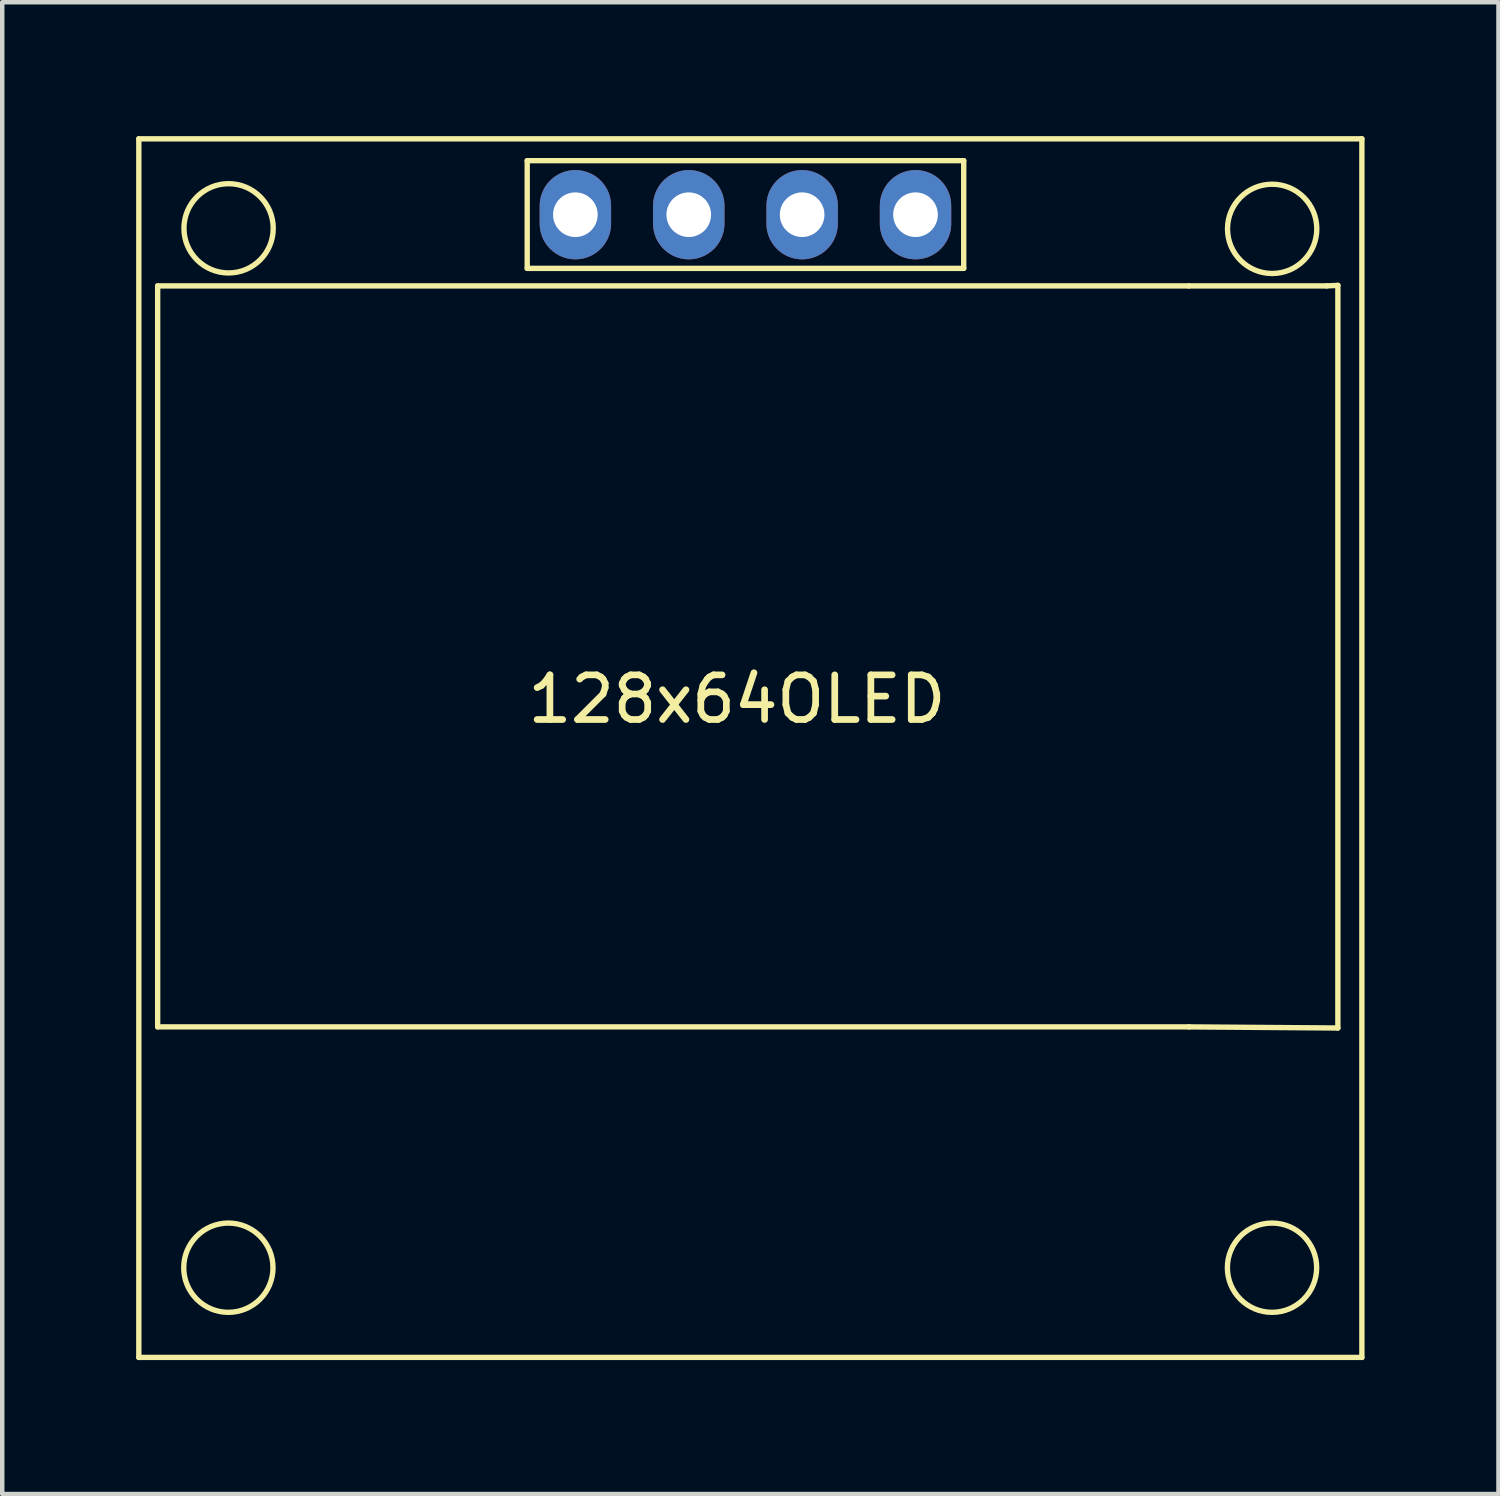
<source format=kicad_pcb>
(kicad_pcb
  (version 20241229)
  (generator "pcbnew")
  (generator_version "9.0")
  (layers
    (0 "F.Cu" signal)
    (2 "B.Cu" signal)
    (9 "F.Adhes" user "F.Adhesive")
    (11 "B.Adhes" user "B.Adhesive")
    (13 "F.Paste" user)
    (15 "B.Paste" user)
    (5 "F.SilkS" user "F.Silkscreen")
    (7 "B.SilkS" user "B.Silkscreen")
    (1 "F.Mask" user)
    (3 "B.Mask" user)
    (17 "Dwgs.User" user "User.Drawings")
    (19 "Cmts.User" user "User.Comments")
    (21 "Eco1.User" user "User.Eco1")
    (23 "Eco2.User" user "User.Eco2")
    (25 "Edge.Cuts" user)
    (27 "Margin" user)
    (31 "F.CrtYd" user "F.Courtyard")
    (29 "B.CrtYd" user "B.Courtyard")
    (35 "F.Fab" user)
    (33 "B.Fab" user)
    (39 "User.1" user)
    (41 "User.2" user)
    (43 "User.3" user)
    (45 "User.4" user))
  (footprint "128x64OLED"
    (layer "F.Cu")
    (at 13.46 12.36)
    (property "Reference" "128x64OLED" (at 0 0.254 0) (layer "F.SilkS") (effects (font (size 1 1) (thickness 0.15))))
    (attr through_hole)
    (fp_line (start -13.4 -12.3) (end 14 -12.3) (stroke (width 0.12) (type solid)) (layer "F.SilkS"))
    (fp_line (start -13.4 15) (end -13.4 -12.3) (stroke (width 0.12) (type solid)) (layer "F.SilkS"))
    (fp_line (start -12.978 -9.005) (end 10.122 -9.005) (stroke (width 0.12) (type solid)) (layer "F.SilkS"))
    (fp_line (start -12.978 7.595) (end -12.978 -9.005) (stroke (width 0.12) (type solid)) (layer "F.SilkS"))
    (fp_line (start -4.699 -11.811) (end -4.699 -9.398) (stroke (width 0.12) (type solid)) (layer "F.SilkS"))
    (fp_line (start -4.699 -11.811) (end 5.08 -11.811) (stroke (width 0.12) (type solid)) (layer "F.SilkS"))
    (fp_line (start 5.08 -11.811) (end 5.08 -9.398) (stroke (width 0.12) (type solid)) (layer "F.SilkS"))
    (fp_line (start 5.08 -9.398) (end -4.699 -9.398) (stroke (width 0.12) (type solid)) (layer "F.SilkS"))
    (fp_line (start 10.122 -9.005) (end 13.208 -9.005) (stroke (width 0.12) (type solid)) (layer "F.SilkS"))
    (fp_line (start 10.122 7.595) (end -12.978 7.595) (stroke (width 0.12) (type solid)) (layer "F.SilkS"))
    (fp_line (start 10.122 7.595) (end 13.462 7.62) (stroke (width 0.12) (type solid)) (layer "F.SilkS"))
    (fp_line (start 13.462 -9.017) (end 13.208 -9.005) (stroke (width 0.12) (type solid)) (layer "F.SilkS"))
    (fp_line (start 13.462 7.62) (end 13.462 -9.017) (stroke (width 0.12) (type solid)) (layer "F.SilkS"))
    (fp_line (start 14 -12.3) (end 14 15) (stroke (width 0.12) (type solid)) (layer "F.SilkS"))
    (fp_line (start 14 15) (end -13.4 15) (stroke (width 0.12) (type solid)) (layer "F.SilkS"))
    (fp_circle (center -11.394 12.99) (end -10.394 12.99) (stroke (width 0.12) (type solid)) (fill no) (layer "F.SilkS"))
    (fp_circle (center -11.389 -10.295) (end -10.389 -10.295) (stroke (width 0.12) (type solid)) (fill no) (layer "F.SilkS"))
    (fp_circle (center 11.987 12.99) (end 12.987 12.99) (stroke (width 0.12) (type solid)) (fill no) (layer "F.SilkS"))
    (fp_circle (center 11.99 -10.283) (end 12.99 -10.283) (stroke (width 0.12) (type solid)) (fill no) (layer "F.SilkS"))
    (pad "1" thru_hole oval (at -3.62 -10.6 90) (size 2 1.6) (drill 1) (layers "*.Cu" "*.Mask"))
    (pad "2" thru_hole oval (at -1.08 -10.6 90) (size 2 1.6) (drill 1) (layers "*.Cu" "*.Mask"))
    (pad "3" thru_hole oval (at 1.46 -10.6 90) (size 2 1.6) (drill 1) (layers "*.Cu" "*.Mask"))
    (pad "4" thru_hole oval (at 4 -10.6 90) (size 2 1.6) (drill 1) (layers "*.Cu" "*.Mask")))
  (gr_rect
    (start -3 -3)
    (end 30.52 30.42)
    (stroke (width 0.1) (type default))
    (fill no)
    (layer "Edge.Cuts")))
</source>
